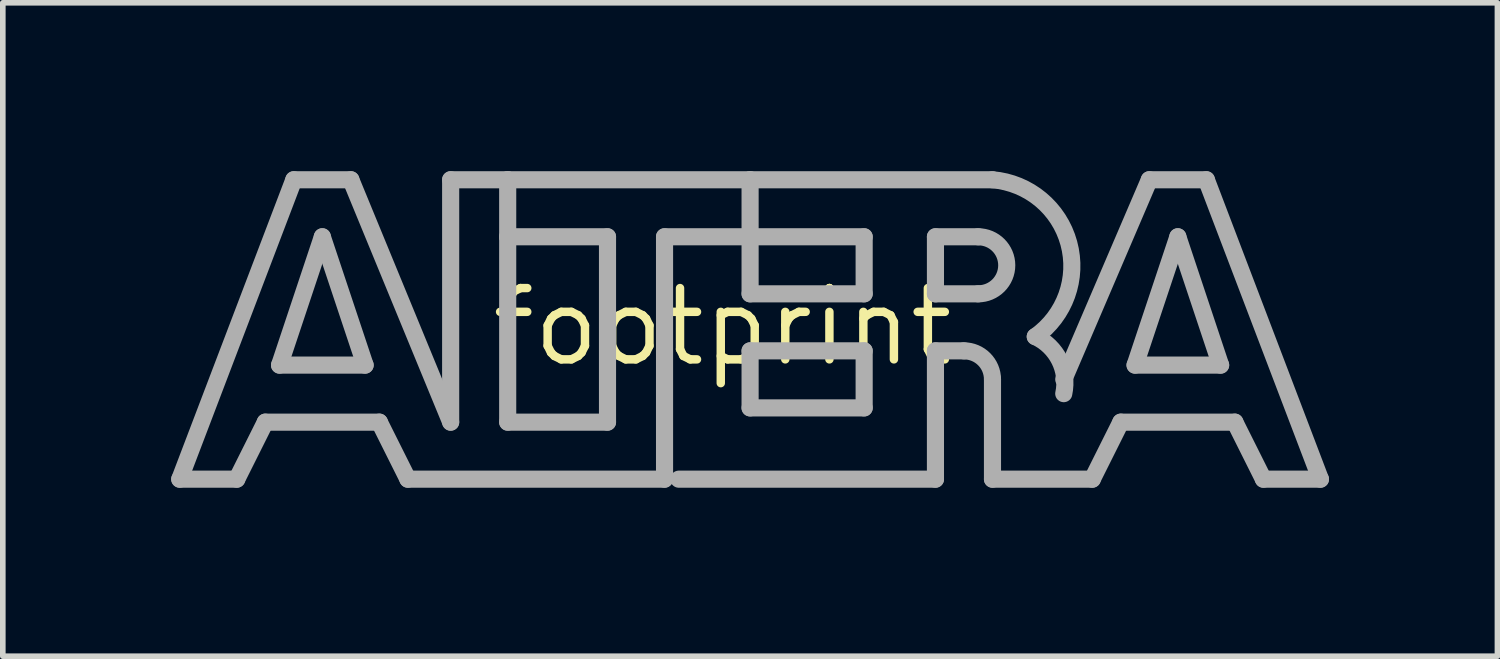
<source format=kicad_pcb>
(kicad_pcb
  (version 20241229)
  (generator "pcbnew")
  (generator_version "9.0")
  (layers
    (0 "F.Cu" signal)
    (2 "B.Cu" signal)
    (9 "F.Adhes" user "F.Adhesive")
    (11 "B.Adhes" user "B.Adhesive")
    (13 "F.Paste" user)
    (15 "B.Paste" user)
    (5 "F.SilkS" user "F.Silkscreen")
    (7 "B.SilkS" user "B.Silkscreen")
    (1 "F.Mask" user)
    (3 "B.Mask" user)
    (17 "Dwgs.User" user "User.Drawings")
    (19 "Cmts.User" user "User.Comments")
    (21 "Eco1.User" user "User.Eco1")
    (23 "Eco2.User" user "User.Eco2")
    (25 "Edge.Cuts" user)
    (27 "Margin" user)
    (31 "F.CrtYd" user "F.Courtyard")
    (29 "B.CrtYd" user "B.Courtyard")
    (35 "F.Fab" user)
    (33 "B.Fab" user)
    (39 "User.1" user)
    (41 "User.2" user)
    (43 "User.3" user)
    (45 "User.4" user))
  (footprint "footprint"
    (layer "F.Cu")
    (at 9.82 2.772)
    (property "Reference" "footprint" (at 0 0 0) (layer "F.SilkS") (effects (font (size 1.27 1.27) (thickness 0.15))))
    (fp_line (start -9.668 2.714) (end -7.636 -2.62) (stroke (width 0.305) (type solid)) (layer "F.Fab"))
    (fp_line (start -8.652 2.714) (end -9.668 2.714) (stroke (width 0.305) (type solid)) (layer "F.Fab"))
    (fp_line (start -8.144 1.698) (end -8.652 2.714) (stroke (width 0.305) (type solid)) (layer "F.Fab"))
    (fp_line (start -7.89 0.682) (end -6.366 0.682) (stroke (width 0.305) (type solid)) (layer "F.Fab"))
    (fp_line (start -7.636 -2.62) (end -6.62 -2.62) (stroke (width 0.305) (type solid)) (layer "F.Fab"))
    (fp_line (start -7.128 -1.604) (end -7.89 0.682) (stroke (width 0.305) (type solid)) (layer "F.Fab"))
    (fp_line (start -6.62 -2.62) (end -4.842 1.698) (stroke (width 0.305) (type solid)) (layer "F.Fab"))
    (fp_line (start -6.366 0.682) (end -7.128 -1.604) (stroke (width 0.305) (type solid)) (layer "F.Fab"))
    (fp_line (start -6.112 1.698) (end -8.144 1.698) (stroke (width 0.305) (type solid)) (layer "F.Fab"))
    (fp_line (start -5.604 2.714) (end -6.112 1.698) (stroke (width 0.305) (type solid)) (layer "F.Fab"))
    (fp_line (start -4.842 -2.62) (end -3.826 -2.62) (stroke (width 0.305) (type solid)) (layer "F.Fab"))
    (fp_line (start -4.842 1.698) (end -4.842 -2.62) (stroke (width 0.305) (type solid)) (layer "F.Fab"))
    (fp_line (start -3.826 -2.62) (end -3.826 -1.604) (stroke (width 0.305) (type solid)) (layer "F.Fab"))
    (fp_line (start -3.826 -2.62) (end 0.492 -2.62) (stroke (width 0.305) (type solid)) (layer "F.Fab"))
    (fp_line (start -3.826 -1.604) (end -3.826 1.698) (stroke (width 0.305) (type solid)) (layer "F.Fab"))
    (fp_line (start -3.826 1.698) (end -2.048 1.698) (stroke (width 0.305) (type solid)) (layer "F.Fab"))
    (fp_line (start -2.048 -1.604) (end -3.826 -1.604) (stroke (width 0.305) (type solid)) (layer "F.Fab"))
    (fp_line (start -2.048 1.698) (end -2.048 -1.604) (stroke (width 0.305) (type solid)) (layer "F.Fab"))
    (fp_line (start -1.032 -1.604) (end -1.032 2.714) (stroke (width 0.305) (type solid)) (layer "F.Fab"))
    (fp_line (start -1.032 2.714) (end -5.604 2.714) (stroke (width 0.305) (type solid)) (layer "F.Fab"))
    (fp_line (start 0.492 -2.62) (end 0.492 -1.604) (stroke (width 0.305) (type solid)) (layer "F.Fab"))
    (fp_line (start 0.492 -2.62) (end 4.81 -2.62) (stroke (width 0.305) (type solid)) (layer "F.Fab"))
    (fp_line (start 0.492 -1.604) (end -1.032 -1.604) (stroke (width 0.305) (type solid)) (layer "F.Fab"))
    (fp_line (start 0.492 -1.604) (end 0.492 -0.588) (stroke (width 0.305) (type solid)) (layer "F.Fab"))
    (fp_line (start 0.492 -0.588) (end 2.524 -0.588) (stroke (width 0.305) (type solid)) (layer "F.Fab"))
    (fp_line (start 0.492 0.428) (end 2.524 0.428) (stroke (width 0.305) (type solid)) (layer "F.Fab"))
    (fp_line (start 0.492 1.444) (end 0.492 0.428) (stroke (width 0.305) (type solid)) (layer "F.Fab"))
    (fp_line (start 2.524 -1.604) (end 0.492 -1.604) (stroke (width 0.305) (type solid)) (layer "F.Fab"))
    (fp_line (start 2.524 -0.588) (end 2.524 -1.604) (stroke (width 0.305) (type solid)) (layer "F.Fab"))
    (fp_line (start 2.524 0.428) (end 2.524 1.444) (stroke (width 0.305) (type solid)) (layer "F.Fab"))
    (fp_line (start 2.524 1.444) (end 0.492 1.444) (stroke (width 0.305) (type solid)) (layer "F.Fab"))
    (fp_line (start 3.794 -1.604) (end 3.794 -0.588) (stroke (width 0.305) (type solid)) (layer "F.Fab"))
    (fp_line (start 3.794 -0.588) (end 4.556 -0.588) (stroke (width 0.305) (type solid)) (layer "F.Fab"))
    (fp_line (start 3.794 0.428) (end 3.794 2.714) (stroke (width 0.305) (type solid)) (layer "F.Fab"))
    (fp_line (start 3.794 0.428) (end 4.302 0.428) (stroke (width 0.305) (type solid)) (layer "F.Fab"))
    (fp_line (start 3.794 2.714) (end -0.778 2.714) (stroke (width 0.305) (type solid)) (layer "F.Fab"))
    (fp_line (start 4.556 -1.604) (end 3.794 -1.604) (stroke (width 0.305) (type solid)) (layer "F.Fab"))
    (fp_line (start 4.81 0.936) (end 4.81 2.714) (stroke (width 0.305) (type solid)) (layer "F.Fab"))
    (fp_line (start 4.81 2.714) (end 6.588 2.714) (stroke (width 0.305) (type solid)) (layer "F.Fab"))
    (fp_line (start 6.588 2.714) (end 7.096 1.698) (stroke (width 0.305) (type solid)) (layer "F.Fab"))
    (fp_line (start 7.096 1.698) (end 9.128 1.698) (stroke (width 0.305) (type solid)) (layer "F.Fab"))
    (fp_line (start 7.35 0.682) (end 8.112 -1.604) (stroke (width 0.305) (type solid)) (layer "F.Fab"))
    (fp_line (start 7.604 -2.62) (end 6.08 0.936) (stroke (width 0.305) (type solid)) (layer "F.Fab"))
    (fp_line (start 8.112 -1.604) (end 8.874 0.682) (stroke (width 0.305) (type solid)) (layer "F.Fab"))
    (fp_line (start 8.62 -2.62) (end 7.604 -2.62) (stroke (width 0.305) (type solid)) (layer "F.Fab"))
    (fp_line (start 8.874 0.682) (end 7.35 0.682) (stroke (width 0.305) (type solid)) (layer "F.Fab"))
    (fp_line (start 9.128 1.698) (end 9.636 2.714) (stroke (width 0.305) (type solid)) (layer "F.Fab"))
    (fp_line (start 9.636 2.714) (end 10.652 2.714) (stroke (width 0.305) (type solid)) (layer "F.Fab"))
    (fp_line (start 10.652 2.714) (end 8.62 -2.62) (stroke (width 0.305) (type solid)) (layer "F.Fab"))
    (fp_arc (start 4.302 0.428) (mid 4.66121 0.57679) (end 4.81 0.936) (stroke (width 0.3048) (type solid)) (layer "F.Fab"))
    (fp_arc (start 4.556 -1.604) (mid 5.064 -1.096) (end 4.556 -0.588) (stroke (width 0.3048) (type solid)) (layer "F.Fab"))
    (fp_arc (start 4.81 -2.6196) (mid 6.169719 -1.489327) (end 5.572199 0.174802) (stroke (width 0.3048) (type solid)) (layer "F.Fab"))
    (fp_arc (start 5.5722 0.1742) (mid 6.004162 0.593174) (end 6.0796 1.1902) (stroke (width 0.3048) (type solid)) (layer "F.Fab")))
  (gr_rect
    (start -3 -3)
    (end 23.625 8.639)
    (stroke (width 0.1) (type default))
    (fill no)
    (layer "Edge.Cuts")))
</source>
